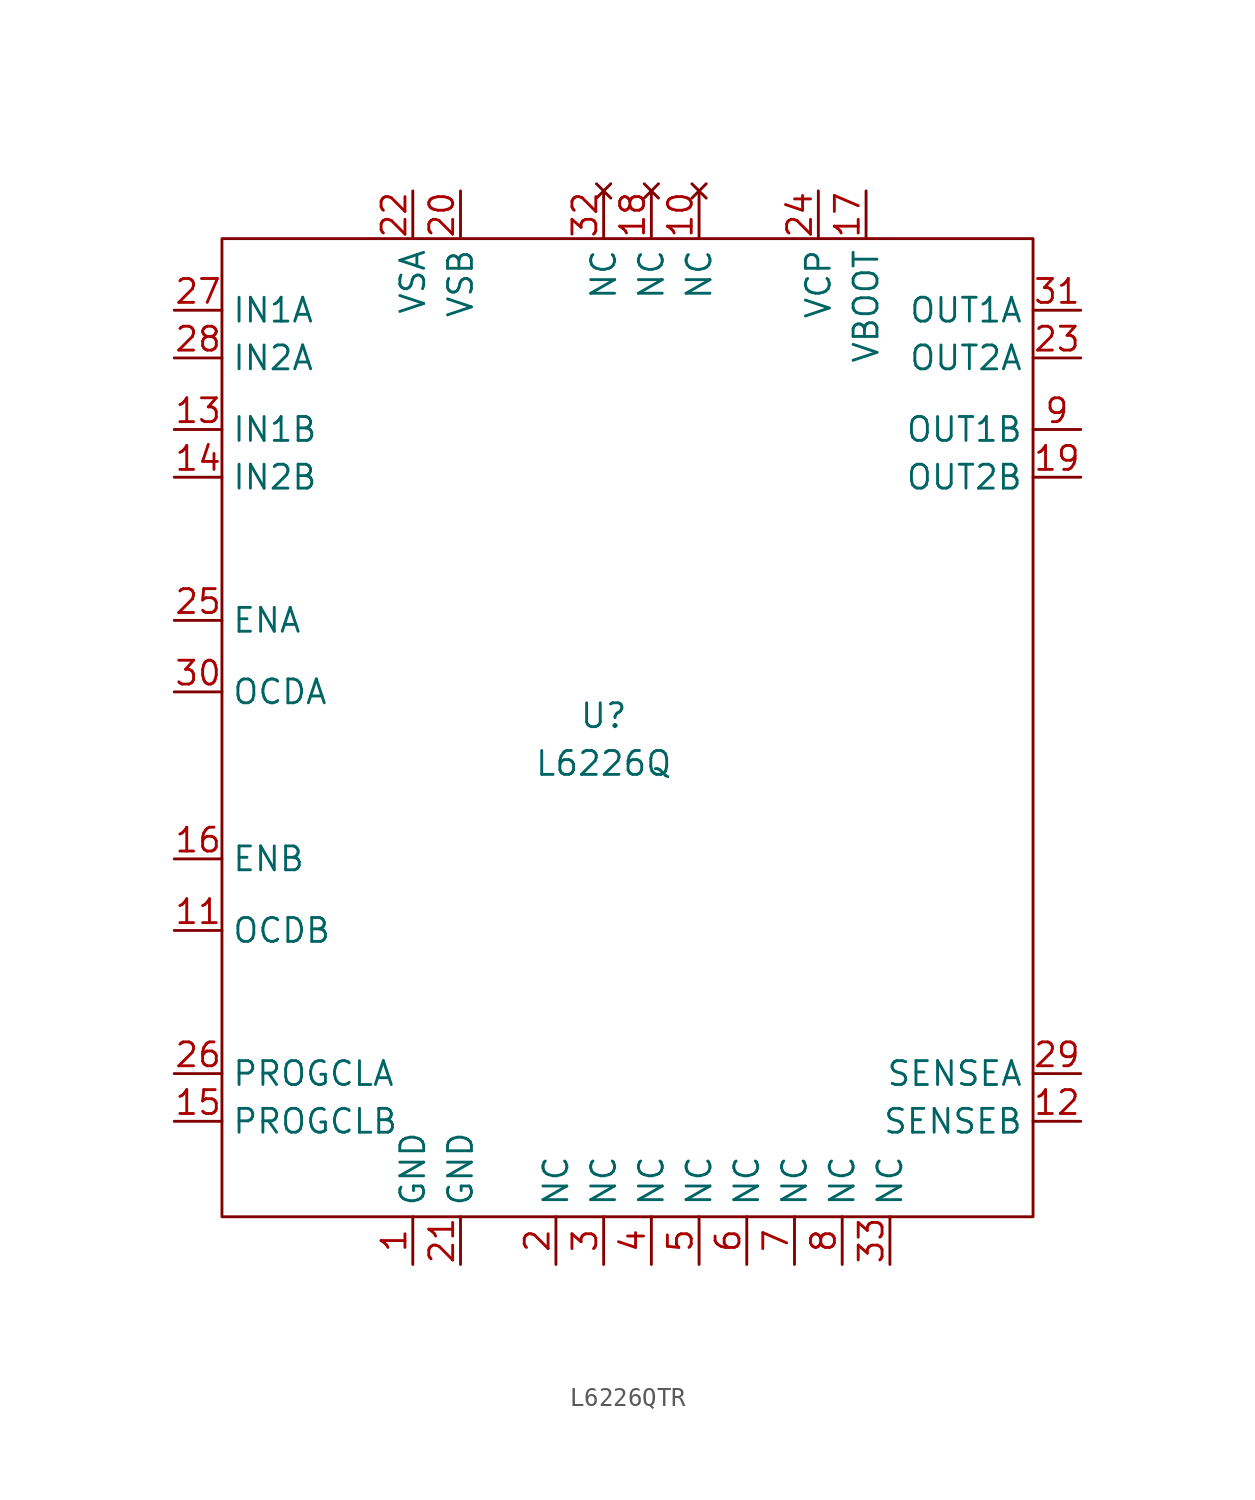
<source format=kicad_sym>
(kicad_symbol_lib
  (version 20220914)
  (generator kicad_symbol_editor)
  (symbol "L6226QTR"
    (property "Reference" "U"
      (at 0 1.27 0)
      (effects (font (size 1.27 1.27))))
    (property "Value" "L6226Q"
      (at 0 -1.27 0)
      (effects (font (size 1.27 1.27))))
    (symbol "L6226QTR_0_0"
      (pin power_in line (at -10.16 -27.94 90) (length 2.54) (name "GND" (effects (font (size 1.27 1.27)))) (number "1" (effects (font (size 1.27 1.27)))))
      (pin no_connect line (at 5.08 29.21 270) (length 2.54) (name "NC" (effects (font (size 1.27 1.27)))) (number "10" (effects (font (size 1.27 1.27)))))
      (pin output line (at -22.86 -10.16 0) (length 2.54) (name "OCDB" (effects (font (size 1.27 1.27)))) (number "11" (effects (font (size 1.27 1.27)))))
      (pin input line (at 25.4 -20.32 180) (length 2.54) (name "SENSEB" (effects (font (size 1.27 1.27)))) (number "12" (effects (font (size 1.27 1.27)))))
      (pin input line (at -22.86 16.51 0) (length 2.54) (name "IN1B" (effects (font (size 1.27 1.27)))) (number "13" (effects (font (size 1.27 1.27)))))
      (pin input line (at -22.86 13.97 0) (length 2.54) (name "IN2B" (effects (font (size 1.27 1.27)))) (number "14" (effects (font (size 1.27 1.27)))))
      (pin input line (at -22.86 -20.32 0) (length 2.54) (name "PROGCLB" (effects (font (size 1.27 1.27)))) (number "15" (effects (font (size 1.27 1.27)))))
      (pin input line (at -22.86 -6.35 0) (length 2.54) (name "ENB" (effects (font (size 1.27 1.27)))) (number "16" (effects (font (size 1.27 1.27)))))
      (pin power_out line (at 13.97 29.21 270) (length 2.54) (name "VBOOT" (effects (font (size 1.27 1.27)))) (number "17" (effects (font (size 1.27 1.27)))))
      (pin no_connect line (at 2.54 29.21 270) (length 2.54) (name "NC" (effects (font (size 1.27 1.27)))) (number "18" (effects (font (size 1.27 1.27)))))
      (pin power_out line (at 25.4 13.97 180) (length 2.54) (name "OUT2B" (effects (font (size 1.27 1.27)))) (number "19" (effects (font (size 1.27 1.27)))))
      (pin passive line (at -2.54 -27.94 90) (length 2.54) (name "NC" (effects (font (size 1.27 1.27)))) (number "2" (effects (font (size 1.27 1.27)))))
      (pin power_in line (at -7.62 29.21 270) (length 2.54) (name "VSB" (effects (font (size 1.27 1.27)))) (number "20" (effects (font (size 1.27 1.27)))))
      (pin power_in line (at -7.62 -27.94 90) (length 2.54) (name "GND" (effects (font (size 1.27 1.27)))) (number "21" (effects (font (size 1.27 1.27)))))
      (pin power_in line (at -10.16 29.21 270) (length 2.54) (name "VSA" (effects (font (size 1.27 1.27)))) (number "22" (effects (font (size 1.27 1.27)))))
      (pin power_out line (at 25.4 20.32 180) (length 2.54) (name "OUT2A" (effects (font (size 1.27 1.27)))) (number "23" (effects (font (size 1.27 1.27)))))
      (pin power_out line (at 11.43 29.21 270) (length 2.54) (name "VCP" (effects (font (size 1.27 1.27)))) (number "24" (effects (font (size 1.27 1.27)))))
      (pin input line (at -22.86 6.35 0) (length 2.54) (name "ENA" (effects (font (size 1.27 1.27)))) (number "25" (effects (font (size 1.27 1.27)))))
      (pin input line (at -22.86 -17.78 0) (length 2.54) (name "PROGCLA" (effects (font (size 1.27 1.27)))) (number "26" (effects (font (size 1.27 1.27)))))
      (pin input line (at -22.86 22.86 0) (length 2.54) (name "IN1A" (effects (font (size 1.27 1.27)))) (number "27" (effects (font (size 1.27 1.27)))))
      (pin input line (at -22.86 20.32 0) (length 2.54) (name "IN2A" (effects (font (size 1.27 1.27)))) (number "28" (effects (font (size 1.27 1.27)))))
      (pin input line (at 25.4 -17.78 180) (length 2.54) (name "SENSEA" (effects (font (size 1.27 1.27)))) (number "29" (effects (font (size 1.27 1.27)))))
      (pin passive line (at 0 -27.94 90) (length 2.54) (name "NC" (effects (font (size 1.27 1.27)))) (number "3" (effects (font (size 1.27 1.27)))))
      (pin output line (at -22.86 2.54 0) (length 2.54) (name "OCDA" (effects (font (size 1.27 1.27)))) (number "30" (effects (font (size 1.27 1.27)))))
      (pin power_out line (at 25.4 22.86 180) (length 2.54) (name "OUT1A" (effects (font (size 1.27 1.27)))) (number "31" (effects (font (size 1.27 1.27)))))
      (pin no_connect line (at 0 29.21 270) (length 2.54) (name "NC" (effects (font (size 1.27 1.27)))) (number "32" (effects (font (size 1.27 1.27)))))
      (pin passive line (at 15.24 -27.94 90) (length 2.54) (name "NC" (effects (font (size 1.27 1.27)))) (number "33" (effects (font (size 1.27 1.27)))))
      (pin passive line (at 2.54 -27.94 90) (length 2.54) (name "NC" (effects (font (size 1.27 1.27)))) (number "4" (effects (font (size 1.27 1.27)))))
      (pin passive line (at 5.08 -27.94 90) (length 2.54) (name "NC" (effects (font (size 1.27 1.27)))) (number "5" (effects (font (size 1.27 1.27)))))
      (pin passive line (at 7.62 -27.94 90) (length 2.54) (name "NC" (effects (font (size 1.27 1.27)))) (number "6" (effects (font (size 1.27 1.27)))))
      (pin passive line (at 10.16 -27.94 90) (length 2.54) (name "NC" (effects (font (size 1.27 1.27)))) (number "7" (effects (font (size 1.27 1.27)))))
      (pin passive line (at 12.7 -27.94 90) (length 2.54) (name "NC" (effects (font (size 1.27 1.27)))) (number "8" (effects (font (size 1.27 1.27)))))
      (pin power_out line (at 25.4 16.51 180) (length 2.54) (name "OUT1B" (effects (font (size 1.27 1.27)))) (number "9" (effects (font (size 1.27 1.27))))))
    (symbol "L6226QTR_0_1"
      (rectangle (start -20.32 26.67) (end 22.86 -25.4) (stroke (width 0) (type default)) (fill (type none))))))
</source>
